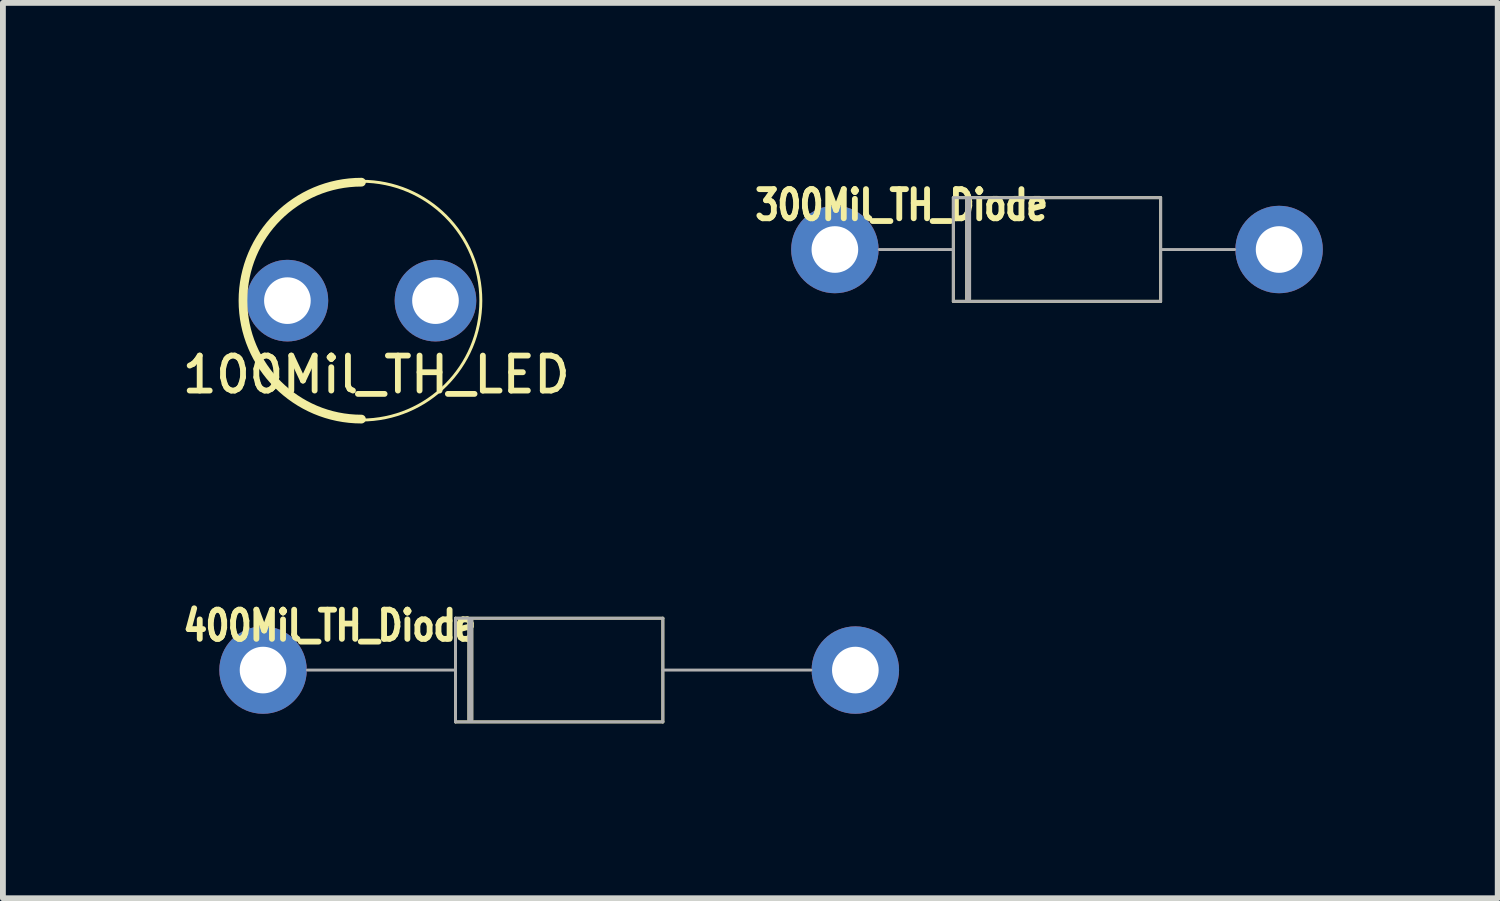
<source format=kicad_pcb>
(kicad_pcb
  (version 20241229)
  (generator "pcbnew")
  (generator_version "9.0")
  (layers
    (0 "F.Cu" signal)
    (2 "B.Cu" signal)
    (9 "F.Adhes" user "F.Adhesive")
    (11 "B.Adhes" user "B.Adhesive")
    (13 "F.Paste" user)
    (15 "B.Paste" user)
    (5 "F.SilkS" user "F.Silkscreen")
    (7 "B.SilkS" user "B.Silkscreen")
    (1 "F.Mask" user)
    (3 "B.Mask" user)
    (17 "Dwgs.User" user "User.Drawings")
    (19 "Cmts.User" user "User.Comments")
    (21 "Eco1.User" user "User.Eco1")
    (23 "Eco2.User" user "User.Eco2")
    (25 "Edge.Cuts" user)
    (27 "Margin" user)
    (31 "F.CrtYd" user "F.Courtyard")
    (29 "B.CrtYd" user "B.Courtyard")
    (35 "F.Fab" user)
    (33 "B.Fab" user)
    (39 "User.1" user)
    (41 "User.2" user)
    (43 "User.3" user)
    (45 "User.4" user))
  (footprint "400Mil_TH_Diode"
    (placed yes)
    (layer "F.Cu")
    (at 1.462 8.444)
    (property "Reference" "400Mil_TH_Diode" (at 1.143 -0.762 180) (layer "F.SilkS") (effects (font (size 0.5 0.4) (thickness 0.1))))
    (attr through_hole)
    (fp_line (start 3.302 -0.889) (end 3.302 0.889) (stroke (width 0.05) (type solid)) (layer "F.SilkS"))
    (fp_line (start 3.302 -0.889) (end 6.858 -0.889) (stroke (width 0.05) (type solid)) (layer "F.SilkS"))
    (fp_line (start 3.556 -0.85) (end 3.556 0.85) (stroke (width 0.1) (type solid)) (layer "F.SilkS"))
    (fp_line (start 6.858 -0.889) (end 6.858 0.889) (stroke (width 0.05) (type solid)) (layer "F.SilkS"))
    (fp_line (start 6.858 0.889) (end 3.302 0.889) (stroke (width 0.05) (type solid)) (layer "F.SilkS"))
    (fp_line (start 0.762 0) (end 3.302 0) (stroke (width 0.05) (type solid)) (layer "F.Fab"))
    (fp_line (start 3.302 -0.889) (end 3.302 0.889) (stroke (width 0.05) (type solid)) (layer "F.Fab"))
    (fp_line (start 3.302 0.889) (end 6.858 0.889) (stroke (width 0.05) (type solid)) (layer "F.Fab"))
    (fp_line (start 3.556 -0.85) (end 3.556 0.85) (stroke (width 0.1) (type solid)) (layer "F.Fab"))
    (fp_line (start 6.858 -0.889) (end 3.302 -0.889) (stroke (width 0.05) (type solid)) (layer "F.Fab"))
    (fp_line (start 6.858 -0.889) (end 6.858 0.889) (stroke (width 0.05) (type solid)) (layer "F.Fab"))
    (fp_line (start 6.858 0) (end 9.398 0) (stroke (width 0.05) (type solid)) (layer "F.Fab"))
    (pad "1" thru_hole circle (at 0 0 270) (size 1.5 1.5) (drill 0.8) (layers "*.Cu" "*.Mask"))
    (pad "2" thru_hole circle (at 10.16 0 270) (size 1.5 1.5) (drill 0.8) (layers "*.Cu" "*.Mask")))
  (footprint "300Mil_TH_Diode"
    (placed yes)
    (layer "F.Cu")
    (at 11.271 1.23)
    (property "Reference" "300Mil_TH_Diode" (at 1.143 -0.762 180) (layer "F.SilkS") (effects (font (size 0.5 0.4) (thickness 0.1))))
    (attr through_hole)
    (fp_line (start 2.032 -0.889) (end 2.032 0.889) (stroke (width 0.05) (type solid)) (layer "F.SilkS"))
    (fp_line (start 2.032 -0.889) (end 5.588 -0.889) (stroke (width 0.05) (type solid)) (layer "F.SilkS"))
    (fp_line (start 2.286 -0.85) (end 2.286 0.85) (stroke (width 0.1) (type solid)) (layer "F.SilkS"))
    (fp_line (start 5.588 -0.889) (end 5.588 0.889) (stroke (width 0.05) (type solid)) (layer "F.SilkS"))
    (fp_line (start 5.588 0.889) (end 2.032 0.889) (stroke (width 0.05) (type solid)) (layer "F.SilkS"))
    (fp_line (start 0.762 0) (end 2.032 0) (stroke (width 0.05) (type solid)) (layer "F.Fab"))
    (fp_line (start 2.032 -0.889) (end 2.032 0.889) (stroke (width 0.05) (type solid)) (layer "F.Fab"))
    (fp_line (start 2.032 0.889) (end 5.588 0.889) (stroke (width 0.05) (type solid)) (layer "F.Fab"))
    (fp_line (start 2.286 -0.85) (end 2.286 0.85) (stroke (width 0.1) (type solid)) (layer "F.Fab"))
    (fp_line (start 5.588 -0.889) (end 2.032 -0.889) (stroke (width 0.05) (type solid)) (layer "F.Fab"))
    (fp_line (start 5.588 -0.889) (end 5.588 0.889) (stroke (width 0.05) (type solid)) (layer "F.Fab"))
    (fp_line (start 6.858 0) (end 5.588 0) (stroke (width 0.05) (type solid)) (layer "F.Fab"))
    (pad "1" thru_hole circle (at 0 0 270) (size 1.5 1.5) (drill 0.8) (layers "*.Cu" "*.Mask"))
    (pad "2" thru_hole circle (at 7.62 0 270) (size 1.5 1.5) (drill 0.8) (layers "*.Cu" "*.Mask")))
  (footprint "100Mil_TH_LED"
    (layer "F.Cu")
    (at 1.88 2.107)
    (property "Reference" "100Mil_TH_LED" (at 1.524 1.27 0) (layer "F.SilkS") (effects (font (size 0.6 0.6) (thickness 0.1))))
    (attr through_hole)
    (fp_arc (start 1.27 2.032) (mid -0.762 0) (end 1.27 -2.032) (stroke (width 0.15) (type solid)) (layer "F.SilkS"))
    (fp_circle (center 1.27 0) (end 3.318 0) (stroke (width 0.05) (type solid)) (fill no) (layer "F.SilkS"))
    (pad "1" thru_hole circle (at 0 0) (size 1.4 1.4) (drill 0.8) (layers "*.Cu" "*.Mask"))
    (pad "2" thru_hole circle (at 2.54 0) (size 1.4 1.4) (drill 0.8) (layers "*.Cu" "*.Mask")))
  (gr_rect
    (start -3 -3)
    (end 22.641 12.358)
    (stroke (width 0.1) (type default))
    (fill no)
    (layer "Edge.Cuts")))
</source>
